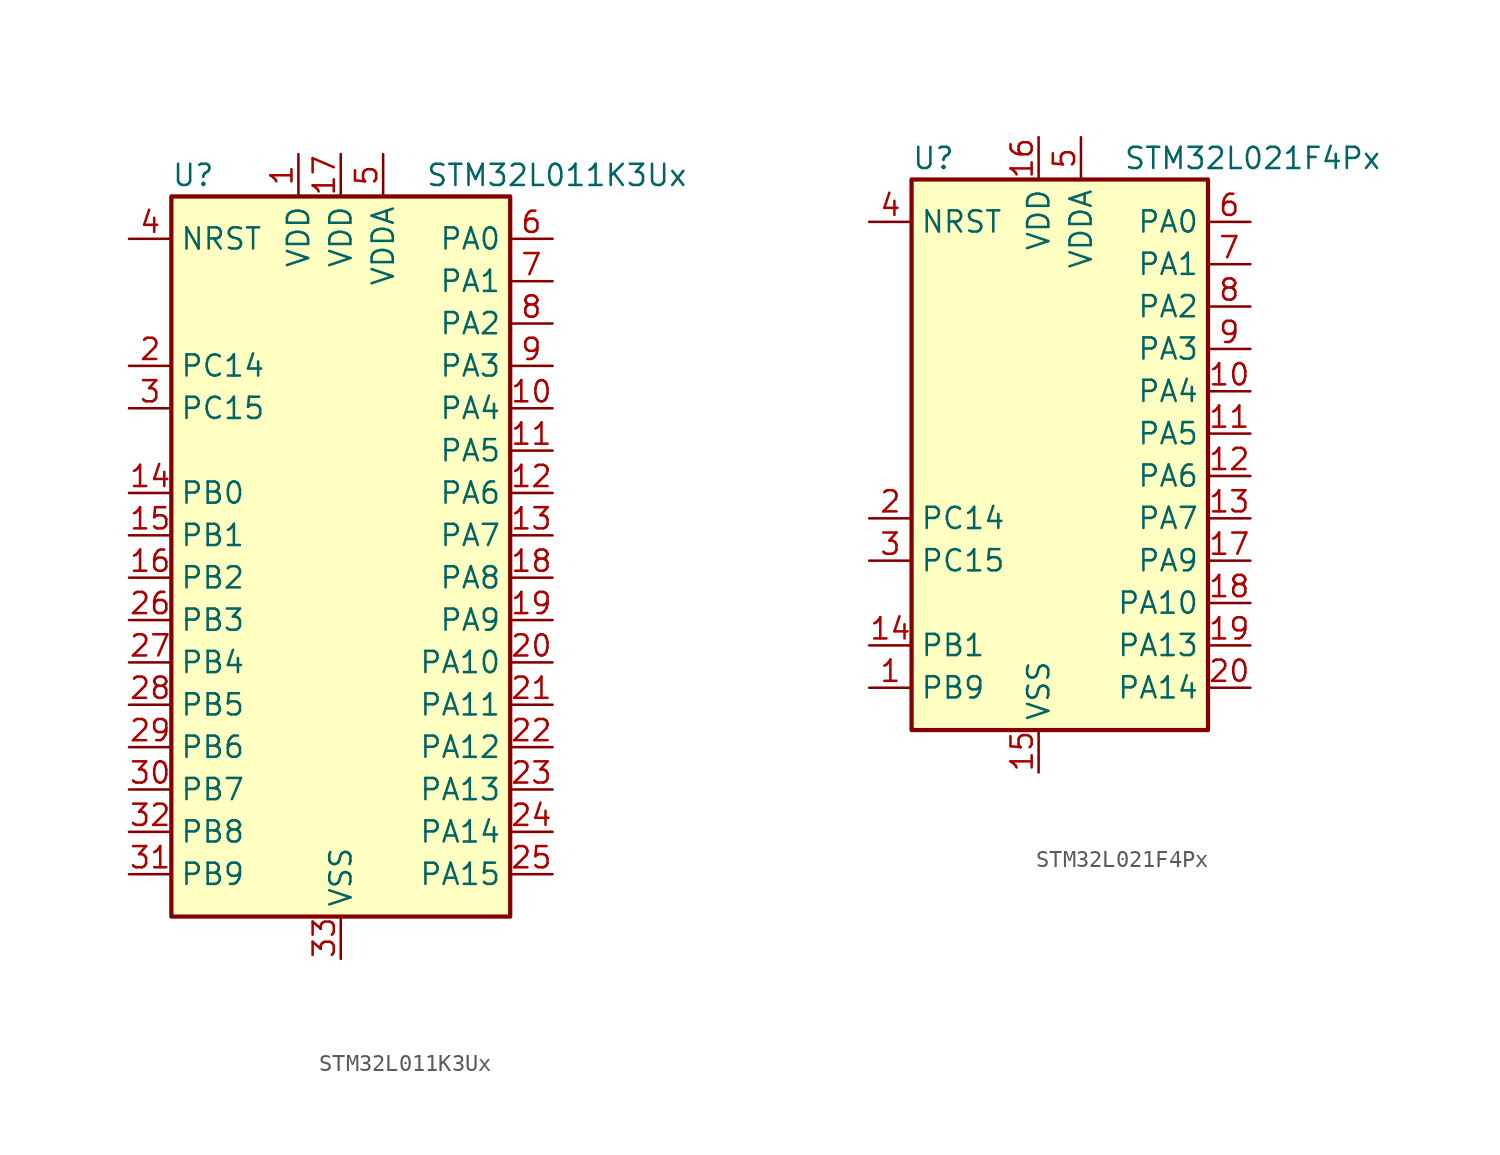
<source format=kicad_sym>
(kicad_symbol_lib
  (version 20211014)
  (generator kicad_symbol_editor)
  (symbol "STM32L011K3Ux"
    (property "Reference" "U"
      (at -10.16 21.59 0)
      (effects (font (size 1.27 1.27)) (justify left)))
    (property "Value" "STM32L011K3Ux"
      (at 5.08 21.59 0)
      (effects (font (size 1.27 1.27)) (justify left)))
    (symbol "STM32L011K3Ux_0_1"
      (rectangle (start -10.16 -22.86) (end 10.16 20.32) (stroke (width 0.254) (type default) (color 0 0 0 0)) (fill (type background))))
    (symbol "STM32L011K3Ux_1_1"
      (pin power_in line (at -2.54 22.86 270) (length 2.54) (name "VDD" (effects (font (size 1.27 1.27)))) (number "1" (effects (font (size 1.27 1.27)))))
      (pin bidirectional line (at 12.7 7.62 180) (length 2.54) (name "PA4" (effects (font (size 1.27 1.27)))) (number "10" (effects (font (size 1.27 1.27)))))
      (pin bidirectional line (at 12.7 5.08 180) (length 2.54) (name "PA5" (effects (font (size 1.27 1.27)))) (number "11" (effects (font (size 1.27 1.27)))))
      (pin bidirectional line (at 12.7 2.54 180) (length 2.54) (name "PA6" (effects (font (size 1.27 1.27)))) (number "12" (effects (font (size 1.27 1.27)))))
      (pin bidirectional line (at 12.7 0 180) (length 2.54) (name "PA7" (effects (font (size 1.27 1.27)))) (number "13" (effects (font (size 1.27 1.27)))))
      (pin bidirectional line (at -12.7 2.54 0) (length 2.54) (name "PB0" (effects (font (size 1.27 1.27)))) (number "14" (effects (font (size 1.27 1.27)))))
      (pin bidirectional line (at -12.7 0 0) (length 2.54) (name "PB1" (effects (font (size 1.27 1.27)))) (number "15" (effects (font (size 1.27 1.27)))))
      (pin bidirectional line (at -12.7 -2.54 0) (length 2.54) (name "PB2" (effects (font (size 1.27 1.27)))) (number "16" (effects (font (size 1.27 1.27)))))
      (pin power_in line (at 0 22.86 270) (length 2.54) (name "VDD" (effects (font (size 1.27 1.27)))) (number "17" (effects (font (size 1.27 1.27)))))
      (pin bidirectional line (at 12.7 -2.54 180) (length 2.54) (name "PA8" (effects (font (size 1.27 1.27)))) (number "18" (effects (font (size 1.27 1.27)))))
      (pin bidirectional line (at 12.7 -5.08 180) (length 2.54) (name "PA9" (effects (font (size 1.27 1.27)))) (number "19" (effects (font (size 1.27 1.27)))))
      (pin bidirectional line (at -12.7 10.16 0) (length 2.54) (name "PC14" (effects (font (size 1.27 1.27)))) (number "2" (effects (font (size 1.27 1.27)))))
      (pin bidirectional line (at 12.7 -7.62 180) (length 2.54) (name "PA10" (effects (font (size 1.27 1.27)))) (number "20" (effects (font (size 1.27 1.27)))))
      (pin bidirectional line (at 12.7 -10.16 180) (length 2.54) (name "PA11" (effects (font (size 1.27 1.27)))) (number "21" (effects (font (size 1.27 1.27)))))
      (pin bidirectional line (at 12.7 -12.7 180) (length 2.54) (name "PA12" (effects (font (size 1.27 1.27)))) (number "22" (effects (font (size 1.27 1.27)))))
      (pin bidirectional line (at 12.7 -15.24 180) (length 2.54) (name "PA13" (effects (font (size 1.27 1.27)))) (number "23" (effects (font (size 1.27 1.27)))))
      (pin bidirectional line (at 12.7 -17.78 180) (length 2.54) (name "PA14" (effects (font (size 1.27 1.27)))) (number "24" (effects (font (size 1.27 1.27)))))
      (pin bidirectional line (at 12.7 -20.32 180) (length 2.54) (name "PA15" (effects (font (size 1.27 1.27)))) (number "25" (effects (font (size 1.27 1.27)))))
      (pin bidirectional line (at -12.7 -5.08 0) (length 2.54) (name "PB3" (effects (font (size 1.27 1.27)))) (number "26" (effects (font (size 1.27 1.27)))))
      (pin bidirectional line (at -12.7 -7.62 0) (length 2.54) (name "PB4" (effects (font (size 1.27 1.27)))) (number "27" (effects (font (size 1.27 1.27)))))
      (pin bidirectional line (at -12.7 -10.16 0) (length 2.54) (name "PB5" (effects (font (size 1.27 1.27)))) (number "28" (effects (font (size 1.27 1.27)))))
      (pin bidirectional line (at -12.7 -12.7 0) (length 2.54) (name "PB6" (effects (font (size 1.27 1.27)))) (number "29" (effects (font (size 1.27 1.27)))))
      (pin bidirectional line (at -12.7 7.62 0) (length 2.54) (name "PC15" (effects (font (size 1.27 1.27)))) (number "3" (effects (font (size 1.27 1.27)))))
      (pin bidirectional line (at -12.7 -15.24 0) (length 2.54) (name "PB7" (effects (font (size 1.27 1.27)))) (number "30" (effects (font (size 1.27 1.27)))))
      (pin bidirectional line (at -12.7 -20.32 0) (length 2.54) (name "PB9" (effects (font (size 1.27 1.27)))) (number "31" (effects (font (size 1.27 1.27)))))
      (pin bidirectional line (at -12.7 -17.78 0) (length 2.54) (name "PB8" (effects (font (size 1.27 1.27)))) (number "32" (effects (font (size 1.27 1.27)))))
      (pin power_in line (at 0 -25.4 90) (length 2.54) (name "VSS" (effects (font (size 1.27 1.27)))) (number "33" (effects (font (size 1.27 1.27)))))
      (pin input line (at -12.7 17.78 0) (length 2.54) (name "NRST" (effects (font (size 1.27 1.27)))) (number "4" (effects (font (size 1.27 1.27)))))
      (pin power_in line (at 2.54 22.86 270) (length 2.54) (name "VDDA" (effects (font (size 1.27 1.27)))) (number "5" (effects (font (size 1.27 1.27)))))
      (pin bidirectional line (at 12.7 17.78 180) (length 2.54) (name "PA0" (effects (font (size 1.27 1.27)))) (number "6" (effects (font (size 1.27 1.27)))))
      (pin bidirectional line (at 12.7 15.24 180) (length 2.54) (name "PA1" (effects (font (size 1.27 1.27)))) (number "7" (effects (font (size 1.27 1.27)))))
      (pin bidirectional line (at 12.7 12.7 180) (length 2.54) (name "PA2" (effects (font (size 1.27 1.27)))) (number "8" (effects (font (size 1.27 1.27)))))
      (pin bidirectional line (at 12.7 10.16 180) (length 2.54) (name "PA3" (effects (font (size 1.27 1.27)))) (number "9" (effects (font (size 1.27 1.27)))))))
  (symbol "STM32L021F4Px"
    (property "Reference" "U"
      (at -10.16 16.51 0)
      (effects (font (size 1.27 1.27)) (justify left)))
    (property "Value" "STM32L021F4Px"
      (at 2.54 16.51 0)
      (effects (font (size 1.27 1.27)) (justify left)))
    (symbol "STM32L021F4Px_0_1"
      (rectangle (start -10.16 -17.78) (end 7.62 15.24) (stroke (width 0.254) (type default) (color 0 0 0 0)) (fill (type background))))
    (symbol "STM32L021F4Px_1_1"
      (pin bidirectional line (at -12.7 -15.24 0) (length 2.54) (name "PB9" (effects (font (size 1.27 1.27)))) (number "1" (effects (font (size 1.27 1.27)))))
      (pin bidirectional line (at 10.16 2.54 180) (length 2.54) (name "PA4" (effects (font (size 1.27 1.27)))) (number "10" (effects (font (size 1.27 1.27)))))
      (pin bidirectional line (at 10.16 0 180) (length 2.54) (name "PA5" (effects (font (size 1.27 1.27)))) (number "11" (effects (font (size 1.27 1.27)))))
      (pin bidirectional line (at 10.16 -2.54 180) (length 2.54) (name "PA6" (effects (font (size 1.27 1.27)))) (number "12" (effects (font (size 1.27 1.27)))))
      (pin bidirectional line (at 10.16 -5.08 180) (length 2.54) (name "PA7" (effects (font (size 1.27 1.27)))) (number "13" (effects (font (size 1.27 1.27)))))
      (pin bidirectional line (at -12.7 -12.7 0) (length 2.54) (name "PB1" (effects (font (size 1.27 1.27)))) (number "14" (effects (font (size 1.27 1.27)))))
      (pin power_in line (at -2.54 -20.32 90) (length 2.54) (name "VSS" (effects (font (size 1.27 1.27)))) (number "15" (effects (font (size 1.27 1.27)))))
      (pin power_in line (at -2.54 17.78 270) (length 2.54) (name "VDD" (effects (font (size 1.27 1.27)))) (number "16" (effects (font (size 1.27 1.27)))))
      (pin bidirectional line (at 10.16 -7.62 180) (length 2.54) (name "PA9" (effects (font (size 1.27 1.27)))) (number "17" (effects (font (size 1.27 1.27)))))
      (pin bidirectional line (at 10.16 -10.16 180) (length 2.54) (name "PA10" (effects (font (size 1.27 1.27)))) (number "18" (effects (font (size 1.27 1.27)))))
      (pin bidirectional line (at 10.16 -12.7 180) (length 2.54) (name "PA13" (effects (font (size 1.27 1.27)))) (number "19" (effects (font (size 1.27 1.27)))))
      (pin bidirectional line (at -12.7 -5.08 0) (length 2.54) (name "PC14" (effects (font (size 1.27 1.27)))) (number "2" (effects (font (size 1.27 1.27)))))
      (pin bidirectional line (at 10.16 -15.24 180) (length 2.54) (name "PA14" (effects (font (size 1.27 1.27)))) (number "20" (effects (font (size 1.27 1.27)))))
      (pin bidirectional line (at -12.7 -7.62 0) (length 2.54) (name "PC15" (effects (font (size 1.27 1.27)))) (number "3" (effects (font (size 1.27 1.27)))))
      (pin input line (at -12.7 12.7 0) (length 2.54) (name "NRST" (effects (font (size 1.27 1.27)))) (number "4" (effects (font (size 1.27 1.27)))))
      (pin power_in line (at 0 17.78 270) (length 2.54) (name "VDDA" (effects (font (size 1.27 1.27)))) (number "5" (effects (font (size 1.27 1.27)))))
      (pin bidirectional line (at 10.16 12.7 180) (length 2.54) (name "PA0" (effects (font (size 1.27 1.27)))) (number "6" (effects (font (size 1.27 1.27)))))
      (pin bidirectional line (at 10.16 10.16 180) (length 2.54) (name "PA1" (effects (font (size 1.27 1.27)))) (number "7" (effects (font (size 1.27 1.27)))))
      (pin bidirectional line (at 10.16 7.62 180) (length 2.54) (name "PA2" (effects (font (size 1.27 1.27)))) (number "8" (effects (font (size 1.27 1.27)))))
      (pin bidirectional line (at 10.16 5.08 180) (length 2.54) (name "PA3" (effects (font (size 1.27 1.27)))) (number "9" (effects (font (size 1.27 1.27))))))))
</source>
